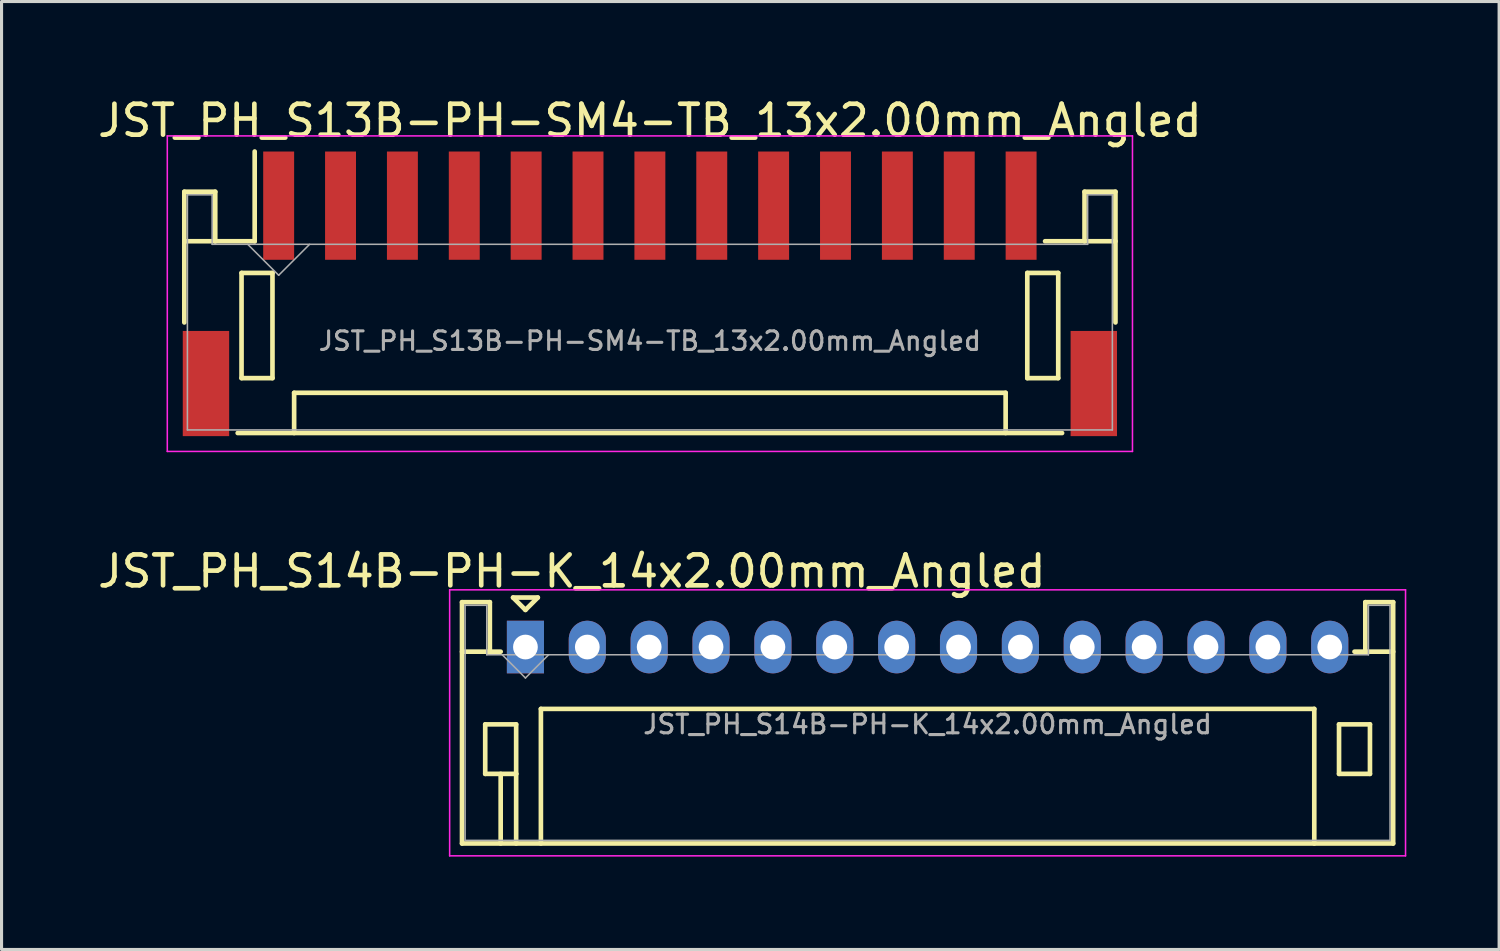
<source format=kicad_pcb>
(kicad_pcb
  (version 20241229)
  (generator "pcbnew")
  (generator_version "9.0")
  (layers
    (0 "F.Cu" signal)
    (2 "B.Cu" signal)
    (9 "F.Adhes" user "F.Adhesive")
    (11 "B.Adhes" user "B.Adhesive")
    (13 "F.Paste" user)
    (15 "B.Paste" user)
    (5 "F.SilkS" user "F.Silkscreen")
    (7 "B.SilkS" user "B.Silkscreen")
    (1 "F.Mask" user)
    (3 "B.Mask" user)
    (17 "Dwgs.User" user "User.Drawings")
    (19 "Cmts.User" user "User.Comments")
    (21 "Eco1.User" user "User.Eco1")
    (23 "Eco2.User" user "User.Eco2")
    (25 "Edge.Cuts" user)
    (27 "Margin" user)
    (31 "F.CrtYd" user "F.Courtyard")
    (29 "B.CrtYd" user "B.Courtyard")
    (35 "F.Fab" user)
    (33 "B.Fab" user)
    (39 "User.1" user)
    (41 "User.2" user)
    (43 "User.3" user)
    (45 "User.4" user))
  (footprint "JST_PH_S14B-PH-K_14x2.00mm_Angled"
    (layer "F.Cu")
    (at 13.935 17.866)
    (property "Reference" "JST_PH_S14B-PH-K_14x2.00mm_Angled" (at 13 2.5 0) (layer "F.Fab") (effects (font (size 0.6 0.6) (thickness 0.1))))
    (attr through_hole)
    (fp_line (start -2.05 -1.45) (end -2.05 6.35) (stroke (width 0.15) (type solid)) (layer "F.SilkS"))
    (fp_line (start -2.05 0.15) (end -1.15 0.15) (stroke (width 0.15) (type solid)) (layer "F.SilkS"))
    (fp_line (start -2.05 6.35) (end 28.05 6.35) (stroke (width 0.15) (type solid)) (layer "F.SilkS"))
    (fp_line (start -1.3 2.5) (end -1.3 4.1) (stroke (width 0.15) (type solid)) (layer "F.SilkS"))
    (fp_line (start -1.3 4.1) (end -0.3 4.1) (stroke (width 0.15) (type solid)) (layer "F.SilkS"))
    (fp_line (start -1.15 -1.45) (end -2.05 -1.45) (stroke (width 0.15) (type solid)) (layer "F.SilkS"))
    (fp_line (start -1.15 0.15) (end -1.15 -1.45) (stroke (width 0.15) (type solid)) (layer "F.SilkS"))
    (fp_line (start -0.8 0.15) (end -1.15 0.15) (stroke (width 0.15) (type solid)) (layer "F.SilkS"))
    (fp_line (start -0.8 4.1) (end -0.8 6.35) (stroke (width 0.15) (type solid)) (layer "F.SilkS"))
    (fp_line (start -0.4 -1.6) (end 0.4 -1.6) (stroke (width 0.15) (type solid)) (layer "F.SilkS"))
    (fp_line (start -0.3 2.5) (end -1.3 2.5) (stroke (width 0.15) (type solid)) (layer "F.SilkS"))
    (fp_line (start -0.3 4.1) (end -0.3 2.5) (stroke (width 0.15) (type solid)) (layer "F.SilkS"))
    (fp_line (start -0.3 4.1) (end -0.3 6.35) (stroke (width 0.15) (type solid)) (layer "F.SilkS"))
    (fp_line (start 0 -1.2) (end -0.4 -1.6) (stroke (width 0.15) (type solid)) (layer "F.SilkS"))
    (fp_line (start 0.4 -1.6) (end 0 -1.2) (stroke (width 0.15) (type solid)) (layer "F.SilkS"))
    (fp_line (start 0.5 2) (end 25.5 2) (stroke (width 0.15) (type solid)) (layer "F.SilkS"))
    (fp_line (start 0.5 6.35) (end 0.5 2) (stroke (width 0.15) (type solid)) (layer "F.SilkS"))
    (fp_line (start 25.5 2) (end 25.5 6.35) (stroke (width 0.15) (type solid)) (layer "F.SilkS"))
    (fp_line (start 26.3 2.5) (end 27.3 2.5) (stroke (width 0.15) (type solid)) (layer "F.SilkS"))
    (fp_line (start 26.3 4.1) (end 26.3 2.5) (stroke (width 0.15) (type solid)) (layer "F.SilkS"))
    (fp_line (start 27.15 -1.45) (end 27.15 0.15) (stroke (width 0.15) (type solid)) (layer "F.SilkS"))
    (fp_line (start 27.15 0.15) (end 26.8 0.15) (stroke (width 0.15) (type solid)) (layer "F.SilkS"))
    (fp_line (start 27.3 2.5) (end 27.3 4.1) (stroke (width 0.15) (type solid)) (layer "F.SilkS"))
    (fp_line (start 27.3 4.1) (end 26.3 4.1) (stroke (width 0.15) (type solid)) (layer "F.SilkS"))
    (fp_line (start 28.05 -1.45) (end 27.15 -1.45) (stroke (width 0.15) (type solid)) (layer "F.SilkS"))
    (fp_line (start 28.05 0.15) (end 27.15 0.15) (stroke (width 0.15) (type solid)) (layer "F.SilkS"))
    (fp_line (start 28.05 6.35) (end 28.05 -1.45) (stroke (width 0.15) (type solid)) (layer "F.SilkS"))
    (fp_line (start -2.45 -1.85) (end -2.45 6.75) (stroke (width 0.05) (type solid)) (layer "F.CrtYd"))
    (fp_line (start -2.45 6.75) (end 28.45 6.75) (stroke (width 0.05) (type solid)) (layer "F.CrtYd"))
    (fp_line (start 28.45 -1.85) (end -2.45 -1.85) (stroke (width 0.05) (type solid)) (layer "F.CrtYd"))
    (fp_line (start 28.45 6.75) (end 28.45 -1.85) (stroke (width 0.05) (type solid)) (layer "F.CrtYd"))
    (fp_line (start -1.95 -1.35) (end -1.95 6.25) (stroke (width 0.05) (type solid)) (layer "F.Fab"))
    (fp_line (start -1.95 6.25) (end 27.95 6.25) (stroke (width 0.05) (type solid)) (layer "F.Fab"))
    (fp_line (start -1.25 -1.35) (end -1.95 -1.35) (stroke (width 0.05) (type solid)) (layer "F.Fab"))
    (fp_line (start -1.25 0.25) (end -1.25 -1.35) (stroke (width 0.05) (type solid)) (layer "F.Fab"))
    (fp_line (start -0.75 0.25) (end 0 1) (stroke (width 0.05) (type solid)) (layer "F.Fab"))
    (fp_line (start 0 1) (end 0.75 0.25) (stroke (width 0.05) (type solid)) (layer "F.Fab"))
    (fp_line (start 27.25 -1.35) (end 27.25 0.25) (stroke (width 0.05) (type solid)) (layer "F.Fab"))
    (fp_line (start 27.25 0.25) (end -1.25 0.25) (stroke (width 0.05) (type solid)) (layer "F.Fab"))
    (fp_line (start 27.95 -1.35) (end 27.25 -1.35) (stroke (width 0.05) (type solid)) (layer "F.Fab"))
    (fp_line (start 27.95 6.25) (end 27.95 -1.35) (stroke (width 0.05) (type solid)) (layer "F.Fab"))
    (fp_text user "${REFERENCE}" (at 1.5 -2.45 0) (layer "F.SilkS") (effects (font (size 1 1) (thickness 0.15))))
    (pad "1" thru_hole rect (at 0 0) (size 1.2 1.7) (drill 0.8) (layers "*.Cu" "*.Mask"))
    (pad "2" thru_hole oval (at 2 0) (size 1.2 1.7) (drill 0.8) (layers "*.Cu" "*.Mask"))
    (pad "3" thru_hole oval (at 4 0) (size 1.2 1.7) (drill 0.8) (layers "*.Cu" "*.Mask"))
    (pad "4" thru_hole oval (at 6 0) (size 1.2 1.7) (drill 0.8) (layers "*.Cu" "*.Mask"))
    (pad "5" thru_hole oval (at 8 0) (size 1.2 1.7) (drill 0.8) (layers "*.Cu" "*.Mask"))
    (pad "6" thru_hole oval (at 10 0) (size 1.2 1.7) (drill 0.8) (layers "*.Cu" "*.Mask"))
    (pad "7" thru_hole oval (at 12 0) (size 1.2 1.7) (drill 0.8) (layers "*.Cu" "*.Mask"))
    (pad "8" thru_hole oval (at 14 0) (size 1.2 1.7) (drill 0.8) (layers "*.Cu" "*.Mask"))
    (pad "9" thru_hole oval (at 16 0) (size 1.2 1.7) (drill 0.8) (layers "*.Cu" "*.Mask"))
    (pad "10" thru_hole oval (at 18 0) (size 1.2 1.7) (drill 0.8) (layers "*.Cu" "*.Mask"))
    (pad "11" thru_hole oval (at 20 0) (size 1.2 1.7) (drill 0.8) (layers "*.Cu" "*.Mask"))
    (pad "12" thru_hole oval (at 22 0) (size 1.2 1.7) (drill 0.8) (layers "*.Cu" "*.Mask"))
    (pad "13" thru_hole oval (at 24 0) (size 1.2 1.7) (drill 0.8) (layers "*.Cu" "*.Mask"))
    (pad "14" thru_hole oval (at 26 0) (size 1.2 1.7) (drill 0.8) (layers "*.Cu" "*.Mask")))
  (footprint "JST_PH_S13B-PH-SM4-TB_13x2.00mm_Angled"
    (layer "F.Cu")
    (at 17.958 6.473)
    (property "Reference" "JST_PH_S13B-PH-SM4-TB_13x2.00mm_Angled" (at 0 1.5 0) (layer "F.Fab") (effects (font (size 0.6 0.6) (thickness 0.1))))
    (attr smd)
    (fp_line (start -15.05 -3.325) (end -15.05 0.9) (stroke (width 0.15) (type solid)) (layer "F.SilkS"))
    (fp_line (start -15.05 -1.725) (end -14.05 -1.725) (stroke (width 0.15) (type solid)) (layer "F.SilkS"))
    (fp_line (start -14.05 -3.325) (end -15.05 -3.325) (stroke (width 0.15) (type solid)) (layer "F.SilkS"))
    (fp_line (start -14.05 -1.725) (end -14.05 -3.325) (stroke (width 0.15) (type solid)) (layer "F.SilkS"))
    (fp_line (start -13.325 4.475) (end 13.325 4.475) (stroke (width 0.15) (type solid)) (layer "F.SilkS"))
    (fp_line (start -13.2 -0.7) (end -13.2 2.7) (stroke (width 0.15) (type solid)) (layer "F.SilkS"))
    (fp_line (start -13.2 2.7) (end -12.2 2.7) (stroke (width 0.15) (type solid)) (layer "F.SilkS"))
    (fp_line (start -12.775 -1.725) (end -14.05 -1.725) (stroke (width 0.15) (type solid)) (layer "F.SilkS"))
    (fp_line (start -12.775 -1.725) (end -12.775 -4.625) (stroke (width 0.15) (type solid)) (layer "F.SilkS"))
    (fp_line (start -12.2 -0.7) (end -13.2 -0.7) (stroke (width 0.15) (type solid)) (layer "F.SilkS"))
    (fp_line (start -12.2 2.7) (end -12.2 -0.7) (stroke (width 0.15) (type solid)) (layer "F.SilkS"))
    (fp_line (start -11.5 3.175) (end 11.5 3.175) (stroke (width 0.15) (type solid)) (layer "F.SilkS"))
    (fp_line (start -11.5 4.475) (end -11.5 3.175) (stroke (width 0.15) (type solid)) (layer "F.SilkS"))
    (fp_line (start 11.5 3.175) (end 11.5 4.475) (stroke (width 0.15) (type solid)) (layer "F.SilkS"))
    (fp_line (start 12.2 -0.7) (end 13.2 -0.7) (stroke (width 0.15) (type solid)) (layer "F.SilkS"))
    (fp_line (start 12.2 2.7) (end 12.2 -0.7) (stroke (width 0.15) (type solid)) (layer "F.SilkS"))
    (fp_line (start 13.2 -0.7) (end 13.2 2.7) (stroke (width 0.15) (type solid)) (layer "F.SilkS"))
    (fp_line (start 13.2 2.7) (end 12.2 2.7) (stroke (width 0.15) (type solid)) (layer "F.SilkS"))
    (fp_line (start 14.05 -3.325) (end 14.05 -1.725) (stroke (width 0.15) (type solid)) (layer "F.SilkS"))
    (fp_line (start 14.05 -1.725) (end 12.775 -1.725) (stroke (width 0.15) (type solid)) (layer "F.SilkS"))
    (fp_line (start 15.05 -3.325) (end 14.05 -3.325) (stroke (width 0.15) (type solid)) (layer "F.SilkS"))
    (fp_line (start 15.05 -1.725) (end 14.05 -1.725) (stroke (width 0.15) (type solid)) (layer "F.SilkS"))
    (fp_line (start 15.05 0.9) (end 15.05 -3.325) (stroke (width 0.15) (type solid)) (layer "F.SilkS"))
    (fp_line (start -15.6 -5.13) (end -15.6 5.07) (stroke (width 0.05) (type solid)) (layer "F.CrtYd"))
    (fp_line (start -15.6 5.07) (end 15.6 5.07) (stroke (width 0.05) (type solid)) (layer "F.CrtYd"))
    (fp_line (start 15.6 -5.13) (end -15.6 -5.13) (stroke (width 0.05) (type solid)) (layer "F.CrtYd"))
    (fp_line (start 15.6 5.07) (end 15.6 -5.13) (stroke (width 0.05) (type solid)) (layer "F.CrtYd"))
    (fp_line (start -14.95 -3.225) (end -14.95 4.375) (stroke (width 0.05) (type solid)) (layer "F.Fab"))
    (fp_line (start -14.95 4.375) (end 14.95 4.375) (stroke (width 0.05) (type solid)) (layer "F.Fab"))
    (fp_line (start -14.15 -3.225) (end -14.95 -3.225) (stroke (width 0.05) (type solid)) (layer "F.Fab"))
    (fp_line (start -14.15 -1.625) (end -14.15 -3.225) (stroke (width 0.05) (type solid)) (layer "F.Fab"))
    (fp_line (start -13 -1.625) (end -12 -0.625) (stroke (width 0.05) (type solid)) (layer "F.Fab"))
    (fp_line (start -12 -0.625) (end -11 -1.625) (stroke (width 0.05) (type solid)) (layer "F.Fab"))
    (fp_line (start 14.15 -3.225) (end 14.15 -1.625) (stroke (width 0.05) (type solid)) (layer "F.Fab"))
    (fp_line (start 14.15 -1.625) (end -14.15 -1.625) (stroke (width 0.05) (type solid)) (layer "F.Fab"))
    (fp_line (start 14.95 -3.225) (end 14.15 -3.225) (stroke (width 0.05) (type solid)) (layer "F.Fab"))
    (fp_line (start 14.95 4.375) (end 14.95 -3.225) (stroke (width 0.05) (type solid)) (layer "F.Fab"))
    (fp_text user "${REFERENCE}" (at 0 -5.625 0) (layer "F.SilkS") (effects (font (size 1 1) (thickness 0.15))))
    (pad "" smd rect (at -14.35 2.875) (size 1.5 3.4) (layers "F.Cu" "F.Mask" "F.Paste"))
    (pad "" smd rect (at 14.35 2.875) (size 1.5 3.4) (layers "F.Cu" "F.Mask" "F.Paste"))
    (pad "1" smd rect (at -12 -2.875) (size 1 3.5) (layers "F.Cu" "F.Mask" "F.Paste"))
    (pad "2" smd rect (at -10 -2.875) (size 1 3.5) (layers "F.Cu" "F.Mask" "F.Paste"))
    (pad "3" smd rect (at -8 -2.875) (size 1 3.5) (layers "F.Cu" "F.Mask" "F.Paste"))
    (pad "4" smd rect (at -6 -2.875) (size 1 3.5) (layers "F.Cu" "F.Mask" "F.Paste"))
    (pad "5" smd rect (at -4 -2.875) (size 1 3.5) (layers "F.Cu" "F.Mask" "F.Paste"))
    (pad "6" smd rect (at -2 -2.875) (size 1 3.5) (layers "F.Cu" "F.Mask" "F.Paste"))
    (pad "7" smd rect (at 0 -2.875) (size 1 3.5) (layers "F.Cu" "F.Mask" "F.Paste"))
    (pad "8" smd rect (at 2 -2.875) (size 1 3.5) (layers "F.Cu" "F.Mask" "F.Paste"))
    (pad "9" smd rect (at 4 -2.875) (size 1 3.5) (layers "F.Cu" "F.Mask" "F.Paste"))
    (pad "10" smd rect (at 6 -2.875) (size 1 3.5) (layers "F.Cu" "F.Mask" "F.Paste"))
    (pad "11" smd rect (at 8 -2.875) (size 1 3.5) (layers "F.Cu" "F.Mask" "F.Paste"))
    (pad "12" smd rect (at 10 -2.875) (size 1 3.5) (layers "F.Cu" "F.Mask" "F.Paste"))
    (pad "13" smd rect (at 12 -2.875) (size 1 3.5) (layers "F.Cu" "F.Mask" "F.Paste")))
  (gr_rect
    (start -3 -3)
    (end 45.41 27.642)
    (stroke (width 0.1) (type default))
    (fill no)
    (layer "Edge.Cuts")))
</source>
